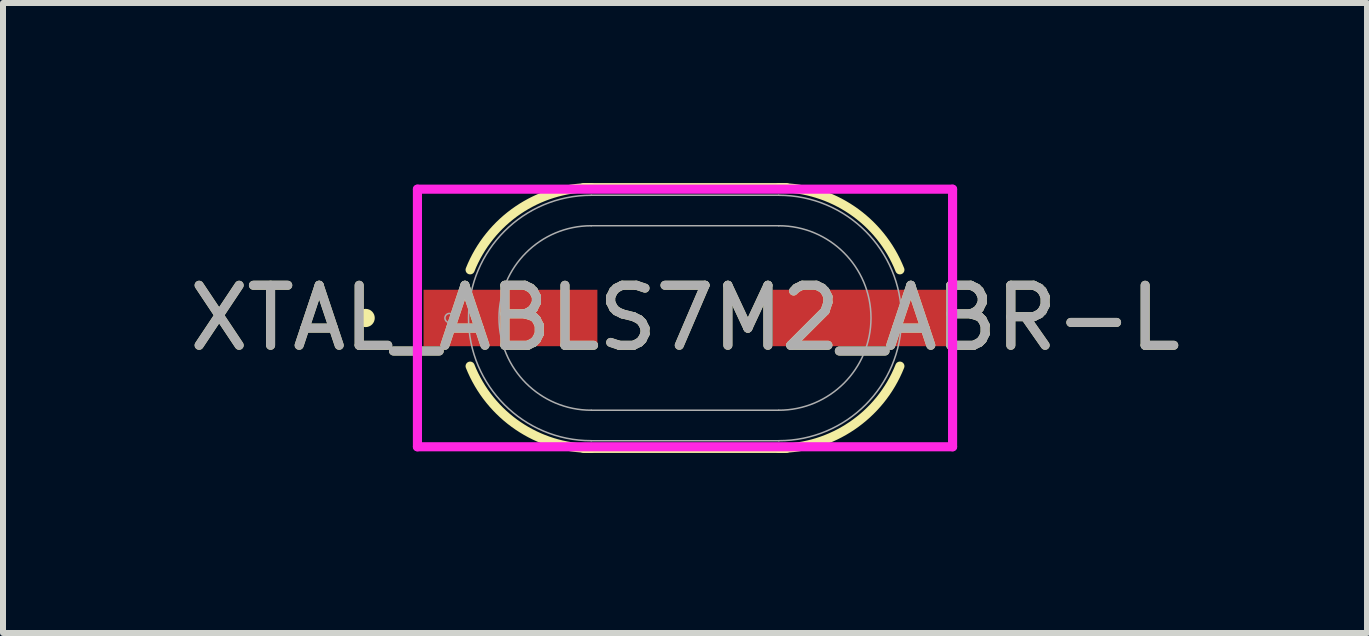
<source format=kicad_pcb>
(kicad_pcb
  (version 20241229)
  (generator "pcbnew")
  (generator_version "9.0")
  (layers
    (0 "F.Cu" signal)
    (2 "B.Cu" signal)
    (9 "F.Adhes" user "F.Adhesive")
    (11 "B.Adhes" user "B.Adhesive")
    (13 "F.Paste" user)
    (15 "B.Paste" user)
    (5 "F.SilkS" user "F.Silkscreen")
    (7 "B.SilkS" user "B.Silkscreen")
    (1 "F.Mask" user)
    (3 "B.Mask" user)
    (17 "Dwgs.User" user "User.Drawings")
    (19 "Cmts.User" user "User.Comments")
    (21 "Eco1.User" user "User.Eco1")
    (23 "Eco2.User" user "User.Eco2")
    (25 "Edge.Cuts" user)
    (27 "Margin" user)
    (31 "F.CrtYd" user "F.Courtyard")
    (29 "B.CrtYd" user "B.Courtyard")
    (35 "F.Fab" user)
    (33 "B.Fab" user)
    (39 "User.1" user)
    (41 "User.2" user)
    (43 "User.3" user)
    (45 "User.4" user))
  (footprint "XTAL_ABLS7M2_ABR-L"
    (layer "F.Cu")
    (at 8.363 2.248)
    (property "Reference" "XTAL_ABLS7M2_ABR-L" (at 0 0 0) (unlocked yes) (layer "F.SilkS") (effects (font (size 1 1) (thickness 0.15))))
    (attr smd)
    (fp_line (start -1.689 -2.172) (end 1.689 -2.172) (stroke (width 0.152) (type solid)) (layer "F.SilkS"))
    (fp_line (start 1.689 2.172) (end -1.689 2.172) (stroke (width 0.152) (type solid)) (layer "F.SilkS"))
    (fp_arc (start -3.580032 -0.80264) (mid -2.781359 -1.797133) (end -1.5621 -2.1717) (stroke (width 0.1524) (type solid)) (layer "F.SilkS"))
    (fp_arc (start -1.562098 2.1717) (mid -2.781358 1.797134) (end -3.580032 0.802641) (stroke (width 0.1524) (type solid)) (layer "F.SilkS"))
    (fp_arc (start 1.5621 -2.1717) (mid 2.78136 -1.797133) (end 3.580032 -0.80264) (stroke (width 0.1524) (type solid)) (layer "F.SilkS"))
    (fp_arc (start 3.580032 0.80264) (mid 2.781359 1.797133) (end 1.5621 2.1717) (stroke (width 0.1524) (type solid)) (layer "F.SilkS"))
    (fp_circle (center -5.321 0) (end -5.245 0) (stroke (width 0.152) (type solid)) (fill no) (layer "F.SilkS"))
    (fp_line (start -4.458 -2.146) (end 4.458 -2.146) (stroke (width 0.152) (type solid)) (layer "F.CrtYd"))
    (fp_line (start -4.458 2.146) (end -4.458 -2.146) (stroke (width 0.152) (type solid)) (layer "F.CrtYd"))
    (fp_line (start 4.458 -2.146) (end 4.458 2.146) (stroke (width 0.152) (type solid)) (layer "F.CrtYd"))
    (fp_line (start 4.458 2.146) (end -4.458 2.146) (stroke (width 0.152) (type solid)) (layer "F.CrtYd"))
    (fp_line (start -1.562 -2.045) (end 1.562 -2.045) (stroke (width 0.025) (type solid)) (layer "F.Fab"))
    (fp_line (start -1.562 -1.537) (end 1.562 -1.537) (stroke (width 0.025) (type solid)) (layer "F.Fab"))
    (fp_line (start 1.562 1.537) (end -1.562 1.537) (stroke (width 0.025) (type solid)) (layer "F.Fab"))
    (fp_line (start 1.562 2.045) (end -1.562 2.045) (stroke (width 0.025) (type solid)) (layer "F.Fab"))
    (fp_arc (start -1.5621 1.5367) (mid -3.0988 0) (end -1.5621 -1.5367) (stroke (width 0.0254) (type solid)) (layer "F.Fab"))
    (fp_arc (start -1.5621 2.0447) (mid -3.6068 0) (end -1.5621 -2.0447) (stroke (width 0.0254) (type solid)) (layer "F.Fab"))
    (fp_arc (start 1.5621 -2.0447) (mid 3.6068 0) (end 1.5621 2.0447) (stroke (width 0.0254) (type solid)) (layer "F.Fab"))
    (fp_arc (start 1.5621 -1.5367) (mid 3.0988 0) (end 1.5621 1.5367) (stroke (width 0.0254) (type solid)) (layer "F.Fab"))
    (fp_circle (center -3.924 0) (end -3.848 0) (stroke (width 0.025) (type solid)) (fill no) (layer "F.Fab"))
    (fp_text user "${REFERENCE}" (at 0 0 0) (unlocked yes) (layer "F.Fab") (effects (font (size 1 1) (thickness 0.15))))
    (pad "1" smd rect (at -2.908 0 90) (size 0.94 2.896) (layers "F.Cu" "F.Mask" "F.Paste"))
    (pad "2" smd rect (at 2.908 0 90) (size 0.94 2.896) (layers "F.Cu" "F.Mask" "F.Paste")))
  (gr_rect
    (start -3 -3)
    (end 19.726 7.496)
    (stroke (width 0.1) (type default))
    (fill no)
    (layer "Edge.Cuts")))
</source>
